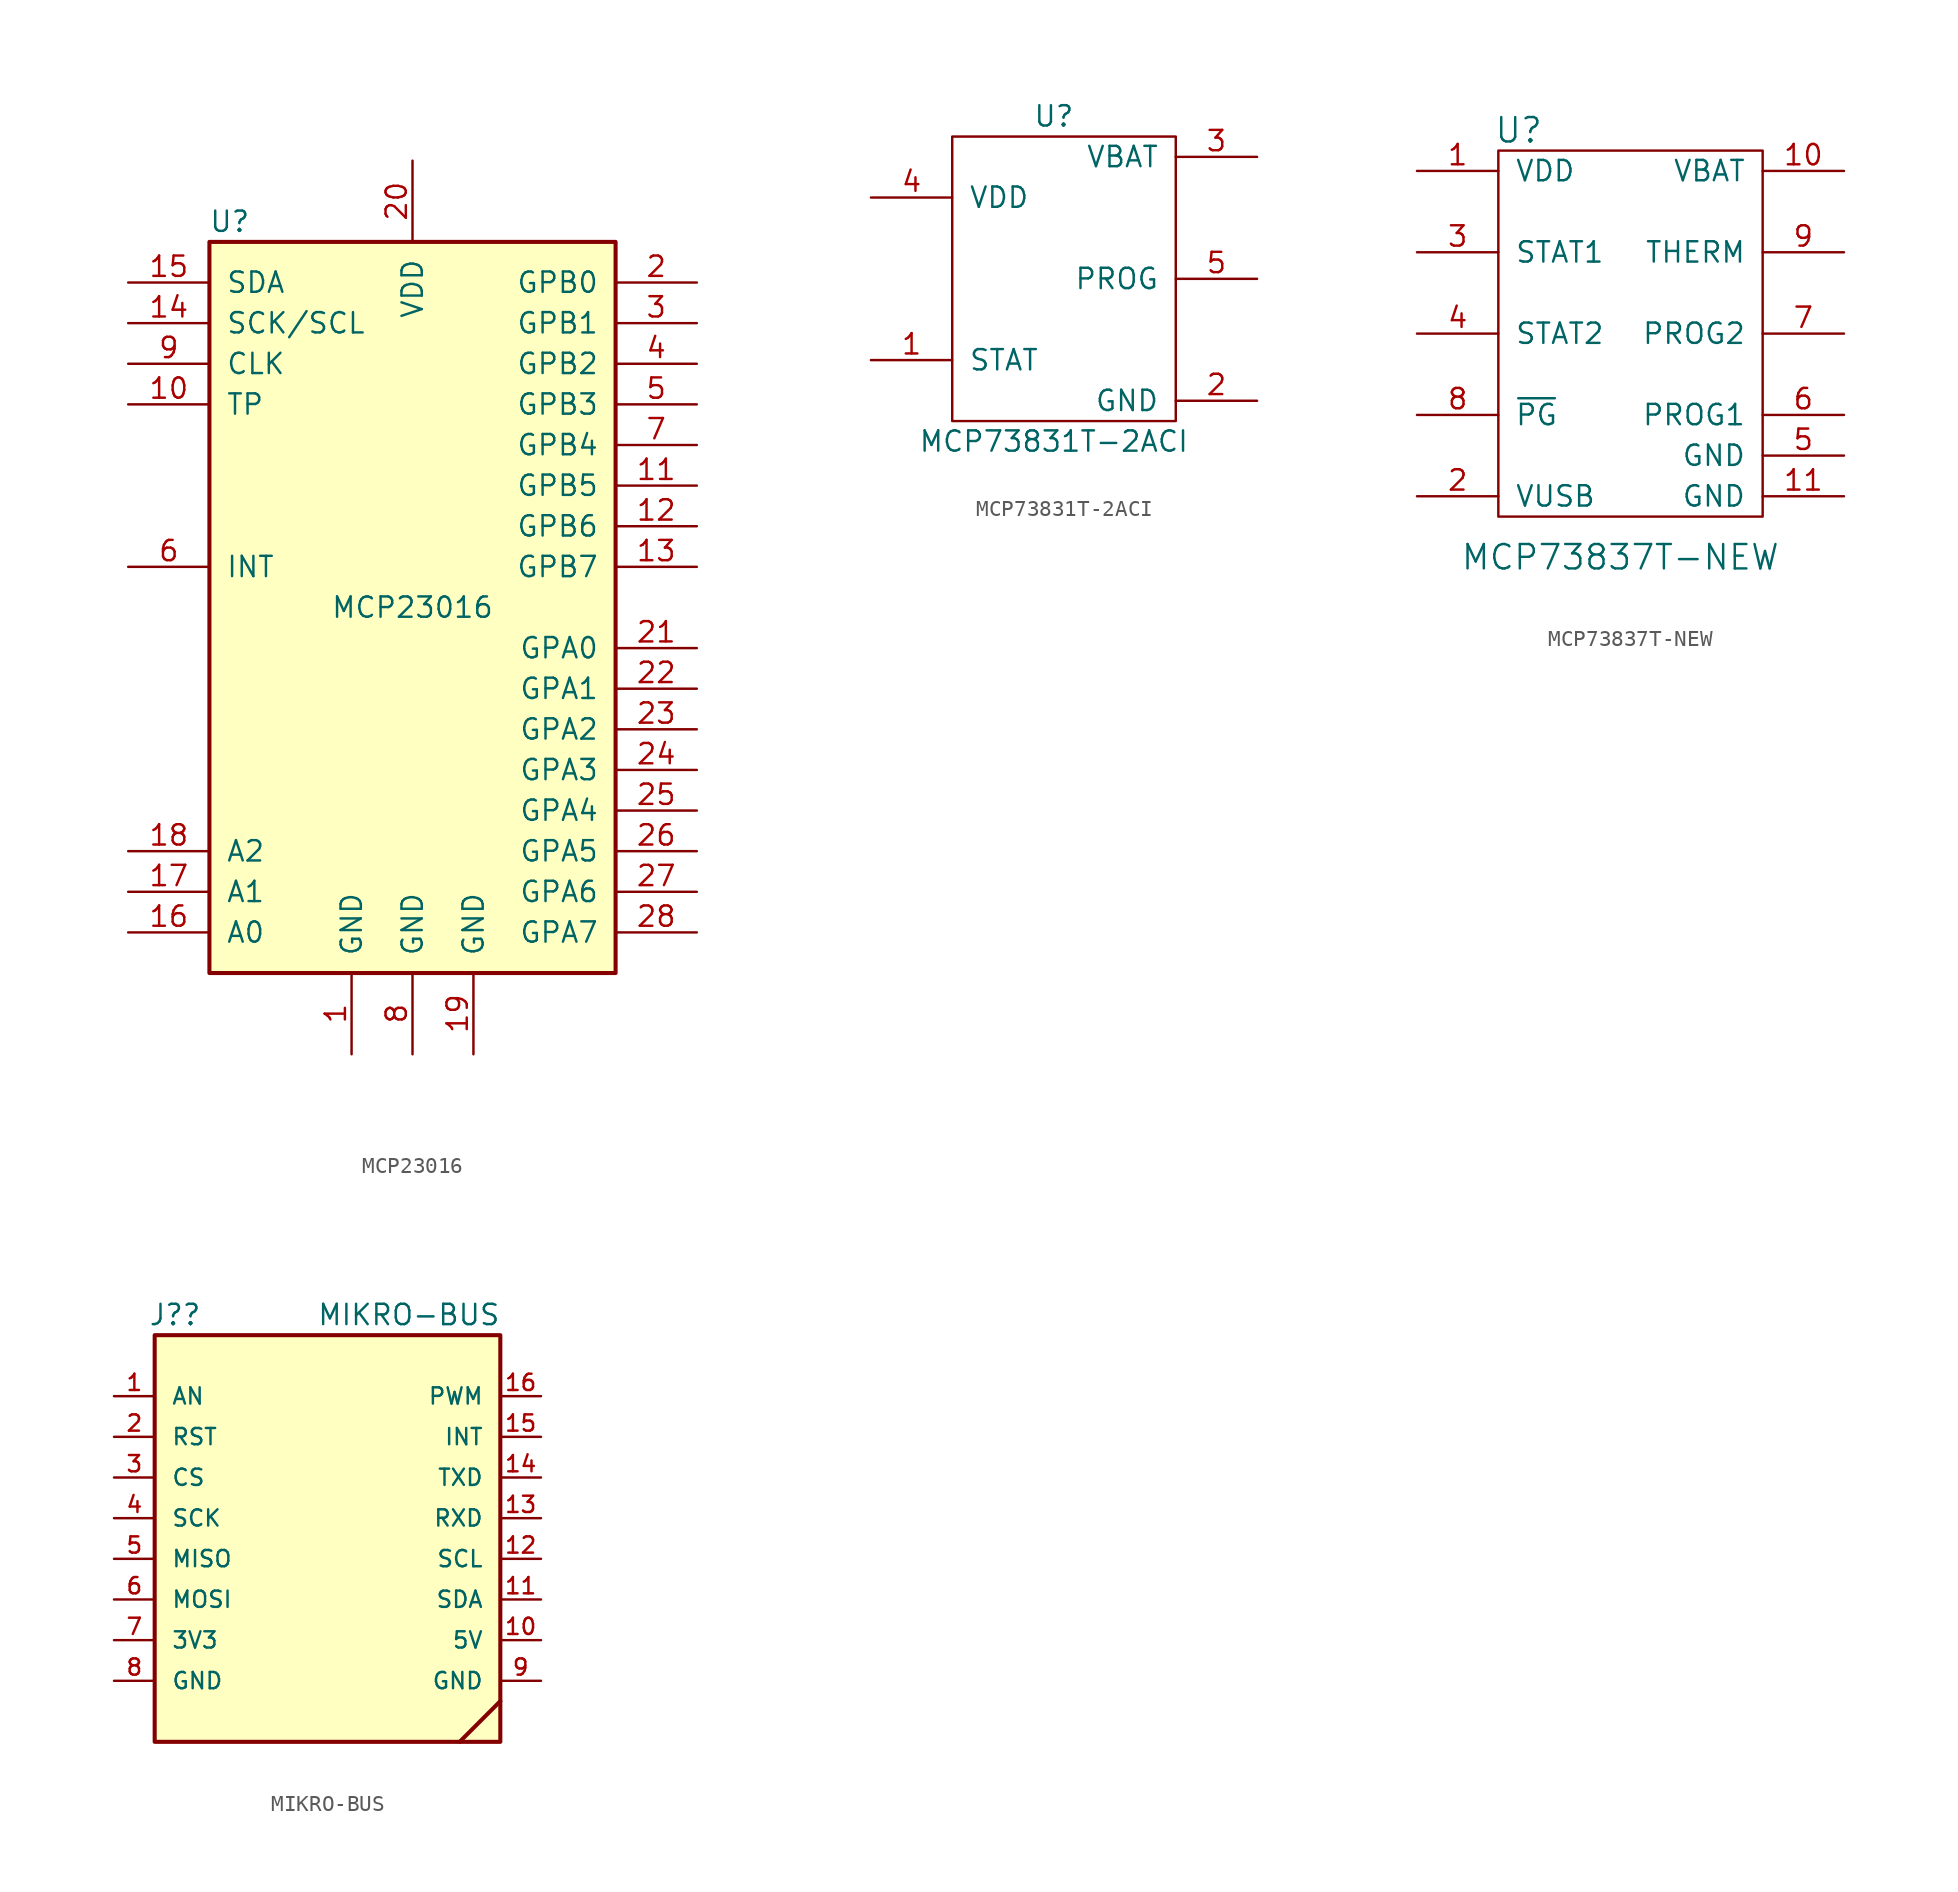
<source format=kicad_sym>
(kicad_symbol_lib
  (version 20211014)
  (generator kicad_symbol_editor)
  (symbol "MCP23016"
    (pin_names
      (offset 1.016))
    (property "Reference" "U"
      (at -11.43 24.13 0)
      (effects (font (size 1.27 1.27))))
    (property "Value" "MCP23016"
      (at 0 0 0)
      (effects (font (size 1.27 1.27))))
    (symbol "MCP23016_0_1"
      (rectangle (start -12.7 22.86) (end 12.7 -22.86) (stroke (width 0.254) (type default) (color 0 0 0 0)) (fill (type background))))
    (symbol "MCP23016_1_1"
      (pin bidirectional line (at -3.81 -27.94 90) (length 5.08) (name "GND" (effects (font (size 1.27 1.27)))) (number "1" (effects (font (size 1.27 1.27)))))
      (pin tri_state line (at -17.78 12.7 0) (length 5.08) (name "TP" (effects (font (size 1.27 1.27)))) (number "10" (effects (font (size 1.27 1.27)))))
      (pin bidirectional line (at 17.78 7.62 180) (length 5.08) (name "GPB5" (effects (font (size 1.27 1.27)))) (number "11" (effects (font (size 1.27 1.27)))))
      (pin bidirectional line (at 17.78 5.08 180) (length 5.08) (name "GPB6" (effects (font (size 1.27 1.27)))) (number "12" (effects (font (size 1.27 1.27)))))
      (pin bidirectional line (at 17.78 2.54 180) (length 5.08) (name "GPB7" (effects (font (size 1.27 1.27)))) (number "13" (effects (font (size 1.27 1.27)))))
      (pin input line (at -17.78 17.78 0) (length 5.08) (name "SCK/SCL" (effects (font (size 1.27 1.27)))) (number "14" (effects (font (size 1.27 1.27)))))
      (pin bidirectional line (at -17.78 20.32 0) (length 5.08) (name "SDA" (effects (font (size 1.27 1.27)))) (number "15" (effects (font (size 1.27 1.27)))))
      (pin input line (at -17.78 -20.32 0) (length 5.08) (name "A0" (effects (font (size 1.27 1.27)))) (number "16" (effects (font (size 1.27 1.27)))))
      (pin input line (at -17.78 -17.78 0) (length 5.08) (name "A1" (effects (font (size 1.27 1.27)))) (number "17" (effects (font (size 1.27 1.27)))))
      (pin input line (at -17.78 -15.24 0) (length 5.08) (name "A2" (effects (font (size 1.27 1.27)))) (number "18" (effects (font (size 1.27 1.27)))))
      (pin power_in line (at 3.81 -27.94 90) (length 5.08) (name "GND" (effects (font (size 1.27 1.27)))) (number "19" (effects (font (size 1.27 1.27)))))
      (pin bidirectional line (at 17.78 20.32 180) (length 5.08) (name "GPB0" (effects (font (size 1.27 1.27)))) (number "2" (effects (font (size 1.27 1.27)))))
      (pin power_in line (at 0 27.94 270) (length 5.08) (name "VDD" (effects (font (size 1.27 1.27)))) (number "20" (effects (font (size 1.27 1.27)))))
      (pin bidirectional line (at 17.78 -2.54 180) (length 5.08) (name "GPA0" (effects (font (size 1.27 1.27)))) (number "21" (effects (font (size 1.27 1.27)))))
      (pin bidirectional line (at 17.78 -5.08 180) (length 5.08) (name "GPA1" (effects (font (size 1.27 1.27)))) (number "22" (effects (font (size 1.27 1.27)))))
      (pin bidirectional line (at 17.78 -7.62 180) (length 5.08) (name "GPA2" (effects (font (size 1.27 1.27)))) (number "23" (effects (font (size 1.27 1.27)))))
      (pin bidirectional line (at 17.78 -10.16 180) (length 5.08) (name "GPA3" (effects (font (size 1.27 1.27)))) (number "24" (effects (font (size 1.27 1.27)))))
      (pin bidirectional line (at 17.78 -12.7 180) (length 5.08) (name "GPA4" (effects (font (size 1.27 1.27)))) (number "25" (effects (font (size 1.27 1.27)))))
      (pin bidirectional line (at 17.78 -15.24 180) (length 5.08) (name "GPA5" (effects (font (size 1.27 1.27)))) (number "26" (effects (font (size 1.27 1.27)))))
      (pin bidirectional line (at 17.78 -17.78 180) (length 5.08) (name "GPA6" (effects (font (size 1.27 1.27)))) (number "27" (effects (font (size 1.27 1.27)))))
      (pin bidirectional line (at 17.78 -20.32 180) (length 5.08) (name "GPA7" (effects (font (size 1.27 1.27)))) (number "28" (effects (font (size 1.27 1.27)))))
      (pin bidirectional line (at 17.78 17.78 180) (length 5.08) (name "GPB1" (effects (font (size 1.27 1.27)))) (number "3" (effects (font (size 1.27 1.27)))))
      (pin bidirectional line (at 17.78 15.24 180) (length 5.08) (name "GPB2" (effects (font (size 1.27 1.27)))) (number "4" (effects (font (size 1.27 1.27)))))
      (pin bidirectional line (at 17.78 12.7 180) (length 5.08) (name "GPB3" (effects (font (size 1.27 1.27)))) (number "5" (effects (font (size 1.27 1.27)))))
      (pin tri_state line (at -17.78 2.54 0) (length 5.08) (name "INT" (effects (font (size 1.27 1.27)))) (number "6" (effects (font (size 1.27 1.27)))))
      (pin bidirectional line (at 17.78 10.16 180) (length 5.08) (name "GPB4" (effects (font (size 1.27 1.27)))) (number "7" (effects (font (size 1.27 1.27)))))
      (pin power_in line (at 0 -27.94 90) (length 5.08) (name "GND" (effects (font (size 1.27 1.27)))) (number "8" (effects (font (size 1.27 1.27)))))
      (pin tri_state line (at -17.78 15.24 0) (length 5.08) (name "CLK" (effects (font (size 1.27 1.27)))) (number "9" (effects (font (size 1.27 1.27)))))))
  (symbol "MCP73831T-2ACI"
    (pin_names
      (offset 1.016))
    (property "Reference" "U"
      (at 3.81 10.16 0)
      (effects (font (size 1.27 1.27))))
    (property "Value" "MCP73831T-2ACI"
      (at 3.81 -10.16 0)
      (effects (font (size 1.27 1.27))))
    (symbol "MCP73831T-2ACI_0_1"
      (rectangle (start 11.43 8.89) (end -2.54 -8.89) (stroke (width 0) (type default) (color 0 0 0 0)) (fill (type none))))
    (symbol "MCP73831T-2ACI_1_1"
      (pin input line (at -7.62 -5.08 0) (length 5.08) (name "STAT" (effects (font (size 1.27 1.27)))) (number "1" (effects (font (size 1.27 1.27)))))
      (pin input line (at 16.51 -7.62 180) (length 5.08) (name "GND" (effects (font (size 1.27 1.27)))) (number "2" (effects (font (size 1.27 1.27)))))
      (pin input line (at 16.51 7.62 180) (length 5.08) (name "VBAT" (effects (font (size 1.27 1.27)))) (number "3" (effects (font (size 1.27 1.27)))))
      (pin input line (at -7.62 5.08 0) (length 5.08) (name "VDD" (effects (font (size 1.27 1.27)))) (number "4" (effects (font (size 1.27 1.27)))))
      (pin input line (at 16.51 0 180) (length 5.08) (name "PROG" (effects (font (size 1.27 1.27)))) (number "5" (effects (font (size 1.27 1.27)))))))
  (symbol "MCP73837T-NEW"
    (pin_names
      (offset 1.016))
    (property "Reference" "U"
      (at 1.27 24.13 0)
      (effects (font (size 1.524 1.524))))
    (property "Value" "MCP73837T-NEW"
      (at 7.62 -2.54 0)
      (effects (font (size 1.524 1.524))))
    (symbol "MCP73837T-NEW_0_1"
      (rectangle (start 0 22.86) (end 16.51 0) (stroke (width 0) (type default) (color 0 0 0 0)) (fill (type none))))
    (symbol "MCP73837T-NEW_1_1"
      (pin input line (at -5.08 21.59 0) (length 5.08) (name "VDD" (effects (font (size 1.27 1.27)))) (number "1" (effects (font (size 1.27 1.27)))))
      (pin output line (at 21.59 21.59 180) (length 5.08) (name "VBAT" (effects (font (size 1.27 1.27)))) (number "10" (effects (font (size 1.27 1.27)))))
      (pin input line (at 21.59 1.27 180) (length 5.08) (name "GND" (effects (font (size 1.27 1.27)))) (number "11" (effects (font (size 1.27 1.27)))))
      (pin input line (at -5.08 1.27 0) (length 5.08) (name "VUSB" (effects (font (size 1.27 1.27)))) (number "2" (effects (font (size 1.27 1.27)))))
      (pin output line (at -5.08 16.51 0) (length 5.08) (name "STAT1" (effects (font (size 1.27 1.27)))) (number "3" (effects (font (size 1.27 1.27)))))
      (pin output line (at -5.08 11.43 0) (length 5.08) (name "STAT2" (effects (font (size 1.27 1.27)))) (number "4" (effects (font (size 1.27 1.27)))))
      (pin output line (at 21.59 3.81 180) (length 5.08) (name "GND" (effects (font (size 1.27 1.27)))) (number "5" (effects (font (size 1.27 1.27)))))
      (pin input line (at 21.59 6.35 180) (length 5.08) (name "PROG1" (effects (font (size 1.27 1.27)))) (number "6" (effects (font (size 1.27 1.27)))))
      (pin input line (at 21.59 11.43 180) (length 5.08) (name "PROG2" (effects (font (size 1.27 1.27)))) (number "7" (effects (font (size 1.27 1.27)))))
      (pin input line (at -5.08 6.35 0) (length 5.08) (name "~{PG}" (effects (font (size 1.27 1.27)))) (number "8" (effects (font (size 1.27 1.27)))))
      (pin input line (at 21.59 16.51 180) (length 5.08) (name "THERM" (effects (font (size 1.27 1.27)))) (number "9" (effects (font (size 1.27 1.27)))))))
  (symbol "MIKRO-BUS"
    (pin_names
      (offset 1.016))
    (property "Reference" "J?"
      (at -10.16 15.24 0)
      (effects (font (size 1.27 1.27))))
    (property "Value" "MIKRO-BUS"
      (at 4.445 15.24 0)
      (effects (font (size 1.27 1.27))))
    (symbol "MIKRO-BUS_0_0"
      (rectangle (start -11.43 13.97) (end 10.16 -11.43) (stroke (width 0.254) (type default) (color 0 0 0 0)) (fill (type background)))
      (polyline (pts (xy 7.62 -11.43) (xy 10.16 -8.89)) (stroke (width 0.254) (type default) (color 0 0 0 0)) (fill (type none)))
      (pin input line (at -13.97 10.16 0) (length 2.54) (name "AN" (effects (font (size 1.016 1.016)))) (number "1" (effects (font (size 1.016 1.016)))))
      (pin input line (at 12.7 -5.08 180) (length 2.54) (name "5V" (effects (font (size 1.016 1.016)))) (number "10" (effects (font (size 1.016 1.016)))))
      (pin input line (at 12.7 -2.54 180) (length 2.54) (name "SDA" (effects (font (size 1.016 1.016)))) (number "11" (effects (font (size 1.016 1.016)))))
      (pin input line (at 12.7 0 180) (length 2.54) (name "SCL" (effects (font (size 1.016 1.016)))) (number "12" (effects (font (size 1.016 1.016)))))
      (pin input line (at 12.7 2.54 180) (length 2.54) (name "RXD" (effects (font (size 1.016 1.016)))) (number "13" (effects (font (size 1.016 1.016)))))
      (pin input line (at 12.7 5.08 180) (length 2.54) (name "TXD" (effects (font (size 1.016 1.016)))) (number "14" (effects (font (size 1.016 1.016)))))
      (pin input line (at 12.7 7.62 180) (length 2.54) (name "INT" (effects (font (size 1.016 1.016)))) (number "15" (effects (font (size 1.016 1.016)))))
      (pin input line (at 12.7 10.16 180) (length 2.54) (name "PWM" (effects (font (size 1.016 1.016)))) (number "16" (effects (font (size 1.016 1.016)))))
      (pin input line (at -13.97 7.62 0) (length 2.54) (name "RST" (effects (font (size 1.016 1.016)))) (number "2" (effects (font (size 1.016 1.016)))))
      (pin input line (at -13.97 5.08 0) (length 2.54) (name "CS" (effects (font (size 1.016 1.016)))) (number "3" (effects (font (size 1.016 1.016)))))
      (pin input line (at -13.97 2.54 0) (length 2.54) (name "SCK" (effects (font (size 1.016 1.016)))) (number "4" (effects (font (size 1.016 1.016)))))
      (pin input line (at -13.97 0 0) (length 2.54) (name "MISO" (effects (font (size 1.016 1.016)))) (number "5" (effects (font (size 1.016 1.016)))))
      (pin input line (at -13.97 -2.54 0) (length 2.54) (name "MOSI" (effects (font (size 1.016 1.016)))) (number "6" (effects (font (size 1.016 1.016)))))
      (pin input line (at -13.97 -5.08 0) (length 2.54) (name "3V3" (effects (font (size 1.016 1.016)))) (number "7" (effects (font (size 1.016 1.016)))))
      (pin input line (at -13.97 -7.62 0) (length 2.54) (name "GND" (effects (font (size 1.016 1.016)))) (number "8" (effects (font (size 1.016 1.016)))))
      (pin input line (at 12.7 -7.62 180) (length 2.54) (name "GND" (effects (font (size 1.016 1.016)))) (number "9" (effects (font (size 1.016 1.016))))))))
</source>
